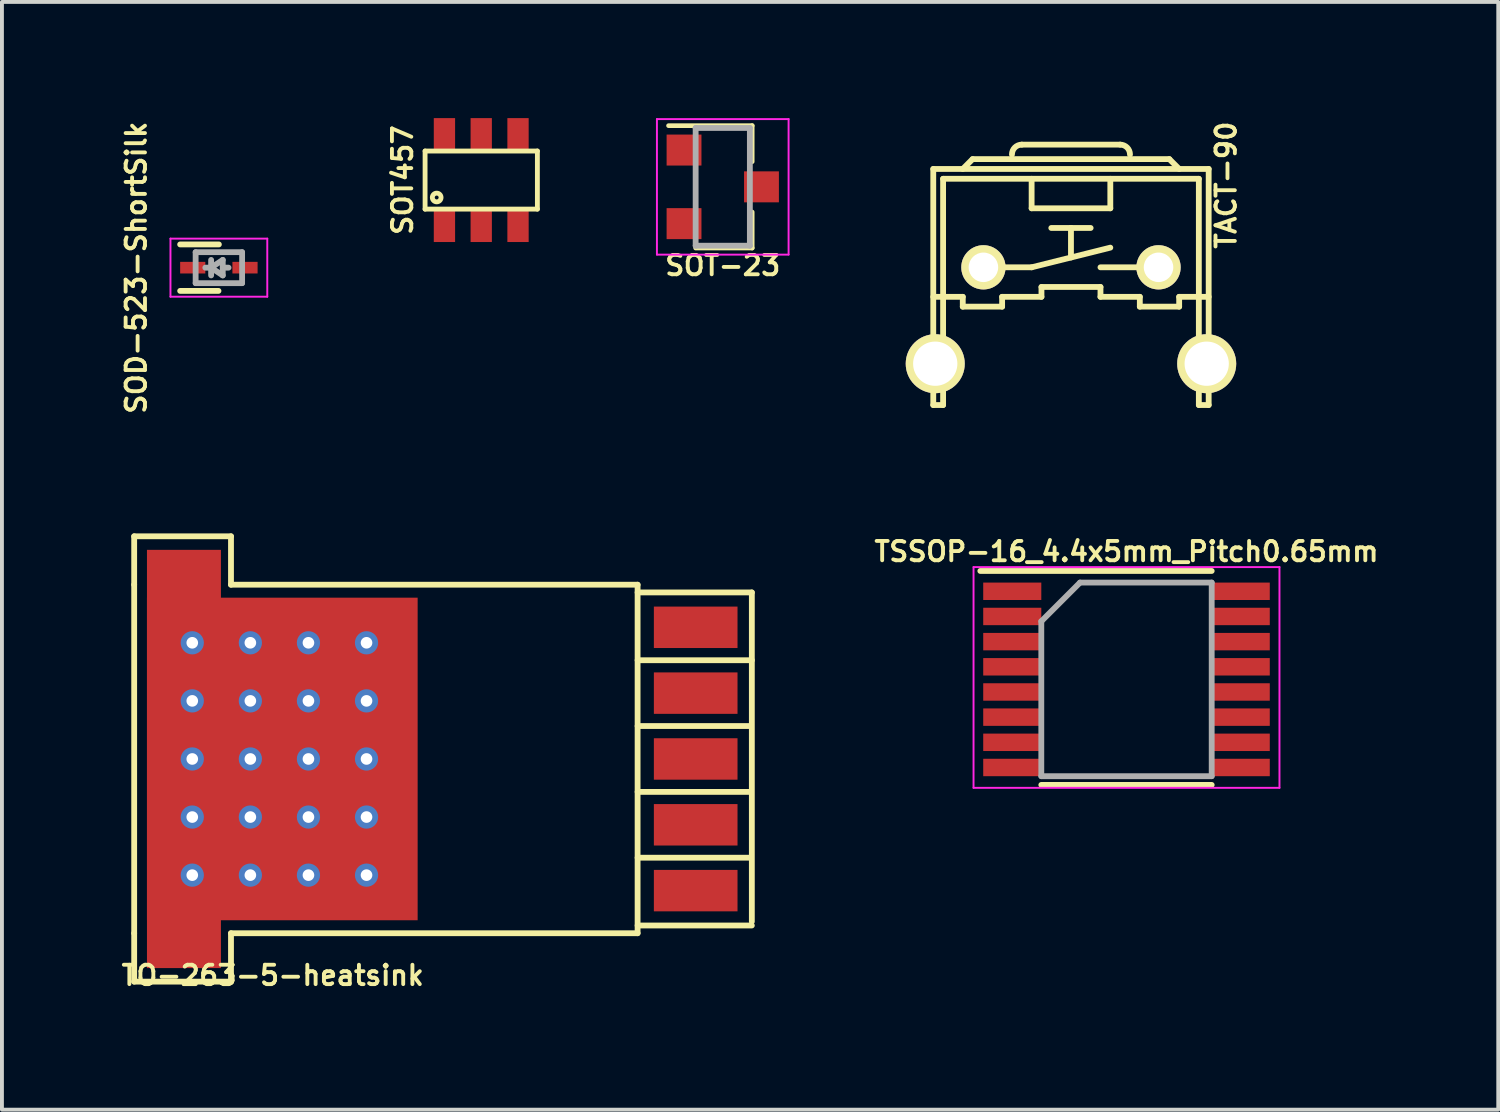
<source format=kicad_pcb>
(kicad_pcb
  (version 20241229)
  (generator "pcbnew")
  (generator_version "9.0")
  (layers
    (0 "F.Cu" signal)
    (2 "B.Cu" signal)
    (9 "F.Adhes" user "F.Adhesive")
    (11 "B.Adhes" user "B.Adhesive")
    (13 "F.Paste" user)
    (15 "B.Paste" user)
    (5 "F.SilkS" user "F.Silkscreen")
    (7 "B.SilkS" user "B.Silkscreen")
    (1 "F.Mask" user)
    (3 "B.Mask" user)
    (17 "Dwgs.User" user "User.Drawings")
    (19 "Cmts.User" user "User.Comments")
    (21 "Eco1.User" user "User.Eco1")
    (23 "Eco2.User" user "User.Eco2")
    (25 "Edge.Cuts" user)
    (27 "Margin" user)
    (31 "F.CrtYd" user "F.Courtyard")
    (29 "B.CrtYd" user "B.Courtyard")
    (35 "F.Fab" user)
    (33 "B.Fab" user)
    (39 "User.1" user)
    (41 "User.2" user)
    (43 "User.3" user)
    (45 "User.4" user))
  (footprint "TO-263-5-heatsink"
    (layer "F.Cu")
    (at 14.915 16.549)
    (property "Reference" "TO-263-5-heatsink" (at -10.922 5.588 180) (layer "F.SilkS") (effects (font (size 0.5 0.5) (thickness 0.1))))
    (attr smd)
    (fp_line (start -14.5 -5.75) (end -12 -5.75) (stroke (width 0.15) (type solid)) (layer "F.SilkS"))
    (fp_line (start -14.5 -4.5) (end -14.5 -5.75) (stroke (width 0.15) (type solid)) (layer "F.SilkS"))
    (fp_line (start -14.5 -4.5) (end -14.5 4.5) (stroke (width 0.15) (type solid)) (layer "F.SilkS"))
    (fp_line (start -14.5 4.5) (end -14.5 5.75) (stroke (width 0.15) (type solid)) (layer "F.SilkS"))
    (fp_line (start -14.5 5.75) (end -12 5.75) (stroke (width 0.15) (type solid)) (layer "F.SilkS"))
    (fp_line (start -12 -5.75) (end -12 -4.5) (stroke (width 0.15) (type solid)) (layer "F.SilkS"))
    (fp_line (start -12 -4.5) (end -1.5 -4.5) (stroke (width 0.15) (type solid)) (layer "F.SilkS"))
    (fp_line (start -12 5.75) (end -12 4.5) (stroke (width 0.15) (type solid)) (layer "F.SilkS"))
    (fp_line (start -1.5 -4.5) (end -1.5 4.5) (stroke (width 0.15) (type solid)) (layer "F.SilkS"))
    (fp_line (start -1.5 -4.3) (end 1.45 -4.3) (stroke (width 0.15) (type solid)) (layer "F.SilkS"))
    (fp_line (start -1.5 -2.55) (end 1.45 -2.55) (stroke (width 0.15) (type solid)) (layer "F.SilkS"))
    (fp_line (start -1.5 -0.85) (end 1.425 -0.85) (stroke (width 0.15) (type solid)) (layer "F.SilkS"))
    (fp_line (start -1.5 0.85) (end 1.425 0.85) (stroke (width 0.15) (type solid)) (layer "F.SilkS"))
    (fp_line (start -1.5 2.55) (end 1.425 2.55) (stroke (width 0.15) (type solid)) (layer "F.SilkS"))
    (fp_line (start -1.5 4.3) (end 1.45 4.3) (stroke (width 0.15) (type solid)) (layer "F.SilkS"))
    (fp_line (start -1.5 4.5) (end -12 4.5) (stroke (width 0.15) (type solid)) (layer "F.SilkS"))
    (fp_line (start 1.45 -4.3) (end 1.45 4.2) (stroke (width 0.15) (type solid)) (layer "F.SilkS"))
    (pad "1" smd rect (at 0 3.4) (size 2.16 1.07) (layers "F.Cu" "F.Mask" "F.Paste"))
    (pad "2" smd rect (at 0 1.7) (size 2.16 1.07) (layers "F.Cu" "F.Mask" "F.Paste"))
    (pad "3" smd rect (at -13.215 0) (size 1.91 10.8) (layers "F.Cu" "F.Mask" "F.Paste"))
    (pad "3" thru_hole circle (at -13 -3) (size 0.6 0.6) (drill 0.3) (layers "*.Cu" "F.Mask"))
    (pad "3" thru_hole circle (at -13 -1.5) (size 0.6 0.6) (drill 0.3) (layers "*.Cu" "F.Mask"))
    (pad "3" thru_hole circle (at -13 0) (size 0.6 0.6) (drill 0.3) (layers "*.Cu" "F.Mask"))
    (pad "3" thru_hole circle (at -13 1.5) (size 0.6 0.6) (drill 0.3) (layers "*.Cu" "F.Mask"))
    (pad "3" thru_hole circle (at -13 3) (size 0.6 0.6) (drill 0.3) (layers "*.Cu" "F.Mask"))
    (pad "3" thru_hole circle (at -11.5 -3) (size 0.6 0.6) (drill 0.3) (layers "*.Cu" "F.Mask"))
    (pad "3" thru_hole circle (at -11.5 -1.5) (size 0.6 0.6) (drill 0.3) (layers "*.Cu" "F.Mask"))
    (pad "3" thru_hole circle (at -11.5 0) (size 0.6 0.6) (drill 0.3) (layers "*.Cu" "F.Mask"))
    (pad "3" thru_hole circle (at -11.5 1.5) (size 0.6 0.6) (drill 0.3) (layers "*.Cu" "F.Mask"))
    (pad "3" thru_hole circle (at -11.5 3) (size 0.6 0.6) (drill 0.3) (layers "*.Cu" "F.Mask"))
    (pad "3" smd rect (at -10.675 0) (size 6.99 8.33) (layers "F.Cu" "F.Mask" "F.Paste"))
    (pad "3" thru_hole circle (at -10 -3) (size 0.6 0.6) (drill 0.3) (layers "*.Cu" "F.Mask"))
    (pad "3" thru_hole circle (at -10 -1.5) (size 0.6 0.6) (drill 0.3) (layers "*.Cu" "F.Mask"))
    (pad "3" thru_hole circle (at -10 0) (size 0.6 0.6) (drill 0.3) (layers "*.Cu" "F.Mask"))
    (pad "3" thru_hole circle (at -10 1.5) (size 0.6 0.6) (drill 0.3) (layers "*.Cu" "F.Mask"))
    (pad "3" thru_hole circle (at -10 3) (size 0.6 0.6) (drill 0.3) (layers "*.Cu" "F.Mask"))
    (pad "3" thru_hole circle (at -8.5 -3) (size 0.6 0.6) (drill 0.3) (layers "*.Cu" "F.Mask"))
    (pad "3" thru_hole circle (at -8.5 -1.5) (size 0.6 0.6) (drill 0.3) (layers "*.Cu" "F.Mask"))
    (pad "3" thru_hole circle (at -8.5 0) (size 0.6 0.6) (drill 0.3) (layers "*.Cu" "F.Mask"))
    (pad "3" thru_hole circle (at -8.5 1.5) (size 0.6 0.6) (drill 0.3) (layers "*.Cu" "F.Mask"))
    (pad "3" thru_hole circle (at -8.5 3) (size 0.6 0.6) (drill 0.3) (layers "*.Cu" "F.Mask"))
    (pad "3" smd rect (at 0 0) (size 2.16 1.07) (layers "F.Cu" "F.Mask" "F.Paste"))
    (pad "4" smd rect (at 0 -1.7) (size 2.16 1.07) (layers "F.Cu" "F.Mask" "F.Paste"))
    (pad "5" smd rect (at 0 -3.4) (size 2.16 1.07) (layers "F.Cu" "F.Mask" "F.Paste")))
  (footprint "SOT-23"
    (layer "F.Cu")
    (at 15.614 1.775)
    (property "Reference" "SOT-23" (at 0 2.032 0) (layer "F.SilkS") (effects (font (size 0.5 0.5) (thickness 0.1))))
    (attr smd)
    (fp_line (start 0.76 -1.58) (end -1.4 -1.58) (stroke (width 0.12) (type solid)) (layer "F.SilkS"))
    (fp_line (start 0.76 -1.58) (end 0.76 -0.65) (stroke (width 0.12) (type solid)) (layer "F.SilkS"))
    (fp_line (start 0.76 1.58) (end -0.7 1.58) (stroke (width 0.12) (type solid)) (layer "F.SilkS"))
    (fp_line (start 0.76 1.58) (end 0.76 0.65) (stroke (width 0.12) (type solid)) (layer "F.SilkS"))
    (fp_line (start -1.7 -1.75) (end 1.7 -1.75) (stroke (width 0.05) (type solid)) (layer "F.CrtYd"))
    (fp_line (start -1.7 1.75) (end -1.7 -1.75) (stroke (width 0.05) (type solid)) (layer "F.CrtYd"))
    (fp_line (start 1.7 -1.75) (end 1.7 1.75) (stroke (width 0.05) (type solid)) (layer "F.CrtYd"))
    (fp_line (start 1.7 1.75) (end -1.7 1.75) (stroke (width 0.05) (type solid)) (layer "F.CrtYd"))
    (fp_line (start -0.7 -1.52) (end -0.7 1.52) (stroke (width 0.15) (type solid)) (layer "F.Fab"))
    (fp_line (start -0.7 -1.52) (end 0.7 -1.52) (stroke (width 0.15) (type solid)) (layer "F.Fab"))
    (fp_line (start -0.7 1.52) (end 0.7 1.52) (stroke (width 0.15) (type solid)) (layer "F.Fab"))
    (fp_line (start 0.7 -1.52) (end 0.7 1.52) (stroke (width 0.15) (type solid)) (layer "F.Fab"))
    (pad "1" smd rect (at -1 -0.95) (size 0.9 0.8) (layers "F.Cu" "F.Mask" "F.Paste"))
    (pad "2" smd rect (at -1 0.95) (size 0.9 0.8) (layers "F.Cu" "F.Mask" "F.Paste"))
    (pad "3" smd rect (at 1 0) (size 0.9 0.8) (layers "F.Cu" "F.Mask" "F.Paste")))
  (footprint "SOD-523-ShortSilk"
    (layer "F.Cu")
    (at 2.602 3.862)
    (property "Reference" "SOD-523-ShortSilk" (at -2.134 0 90) (layer "F.SilkS") (effects (font (size 0.5 0.5) (thickness 0.1))))
    (attr smd)
    (fp_line (start -0.01 0.6) (end -1 0.6) (stroke (width 0.15) (type solid)) (layer "F.SilkS"))
    (fp_line (start 0.000199 -0.6) (end -1 -0.6) (stroke (width 0.15) (type solid)) (layer "F.SilkS"))
    (fp_line (start -1.25 -0.75) (end 1.25 -0.75) (stroke (width 0.05) (type solid)) (layer "F.CrtYd"))
    (fp_line (start -1.25 0.75) (end -1.25 -0.75) (stroke (width 0.05) (type solid)) (layer "F.CrtYd"))
    (fp_line (start 1.25 -0.75) (end 1.25 0.75) (stroke (width 0.05) (type solid)) (layer "F.CrtYd"))
    (fp_line (start 1.25 0.75) (end -1.25 0.75) (stroke (width 0.05) (type solid)) (layer "F.CrtYd"))
    (fp_line (start -0.6 -0.4) (end 0.6 -0.4) (stroke (width 0.15) (type solid)) (layer "F.Fab"))
    (fp_line (start -0.6 0.4) (end -0.6 -0.4) (stroke (width 0.15) (type solid)) (layer "F.Fab"))
    (fp_line (start -0.2 0) (end -0.35 0) (stroke (width 0.15) (type solid)) (layer "F.Fab"))
    (fp_line (start -0.2 0) (end 0.1 0.2) (stroke (width 0.15) (type solid)) (layer "F.Fab"))
    (fp_line (start -0.2 0.2) (end -0.2 -0.2) (stroke (width 0.15) (type solid)) (layer "F.Fab"))
    (fp_line (start 0.1 -0.2) (end -0.2 0) (stroke (width 0.15) (type solid)) (layer "F.Fab"))
    (fp_line (start 0.1 0) (end 0.25 0) (stroke (width 0.15) (type solid)) (layer "F.Fab"))
    (fp_line (start 0.1 0.2) (end 0.1 -0.2) (stroke (width 0.15) (type solid)) (layer "F.Fab"))
    (fp_line (start 0.6 -0.4) (end 0.6 0.4) (stroke (width 0.15) (type solid)) (layer "F.Fab"))
    (fp_line (start 0.6 0.4) (end -0.6 0.4) (stroke (width 0.15) (type solid)) (layer "F.Fab"))
    (pad "1" smd rect (at -0.675 0 180) (size 0.65 0.3) (layers "F.Cu" "F.Mask" "F.Paste"))
    (pad "2" smd rect (at 0.675 0 180) (size 0.65 0.3) (layers "F.Cu" "F.Mask" "F.Paste")))
  (footprint "TACT-90"
    (layer "F.Cu")
    (at 24.606 3.853)
    (property "Reference" "TACT-90" (at 4.006 -2.122 270) (layer "F.SilkS") (effects (font (size 0.5 0.5) (thickness 0.1))))
    (attr through_hole)
    (fp_line (start -3.556 -2.54) (end 3.556 -2.54) (stroke (width 0.15) (type solid)) (layer "F.SilkS"))
    (fp_line (start -3.556 0.762) (end -2.794 0.762) (stroke (width 0.15) (type solid)) (layer "F.SilkS"))
    (fp_line (start -3.556 3.556) (end -3.556 -2.54) (stroke (width 0.15) (type solid)) (layer "F.SilkS"))
    (fp_line (start -3.556 3.556) (end -3.302 3.556) (stroke (width 0.15) (type solid)) (layer "F.SilkS"))
    (fp_line (start -3.302 -2.286) (end 3.302 -2.286) (stroke (width 0.15) (type solid)) (layer "F.SilkS"))
    (fp_line (start -3.302 3.556) (end -3.302 -2.286) (stroke (width 0.15) (type solid)) (layer "F.SilkS"))
    (fp_line (start -2.794 -2.54) (end -2.54 -2.794) (stroke (width 0.15) (type solid)) (layer "F.SilkS"))
    (fp_line (start -2.794 0.762) (end -2.794 1.016) (stroke (width 0.15) (type solid)) (layer "F.SilkS"))
    (fp_line (start -2.794 1.016) (end -1.778 1.016) (stroke (width 0.15) (type solid)) (layer "F.SilkS"))
    (fp_line (start -2.54 -2.794) (end 2.54 -2.794) (stroke (width 0.15) (type solid)) (layer "F.SilkS"))
    (fp_line (start -1.778 0) (end -1.016 0) (stroke (width 0.15) (type solid)) (layer "F.SilkS"))
    (fp_line (start -1.778 0.762) (end -0.762 0.762) (stroke (width 0.15) (type solid)) (layer "F.SilkS"))
    (fp_line (start -1.778 1.016) (end -1.778 0.762) (stroke (width 0.15) (type solid)) (layer "F.SilkS"))
    (fp_line (start -1.27 -3.168) (end 1.27 -3.168) (stroke (width 0.15) (type solid)) (layer "F.SilkS"))
    (fp_line (start -1.016 -2.286) (end -1.016 -1.524) (stroke (width 0.15) (type solid)) (layer "F.SilkS"))
    (fp_line (start -1.016 -1.524) (end 1.016 -1.524) (stroke (width 0.15) (type solid)) (layer "F.SilkS"))
    (fp_line (start -1.016 0) (end 1.016 -0.508) (stroke (width 0.15) (type solid)) (layer "F.SilkS"))
    (fp_line (start -0.762 0.508) (end 0.762 0.508) (stroke (width 0.15) (type solid)) (layer "F.SilkS"))
    (fp_line (start -0.762 0.762) (end -0.762 0.508) (stroke (width 0.15) (type solid)) (layer "F.SilkS"))
    (fp_line (start 0 -1.016) (end -0.508 -1.016) (stroke (width 0.15) (type solid)) (layer "F.SilkS"))
    (fp_line (start 0 -1.016) (end 0.508 -1.016) (stroke (width 0.15) (type solid)) (layer "F.SilkS"))
    (fp_line (start 0 -0.254) (end 0 -1.016) (stroke (width 0.15) (type solid)) (layer "F.SilkS"))
    (fp_line (start 0.762 0) (end 1.778 0) (stroke (width 0.15) (type solid)) (layer "F.SilkS"))
    (fp_line (start 0.762 0.508) (end 0.762 0.762) (stroke (width 0.15) (type solid)) (layer "F.SilkS"))
    (fp_line (start 0.762 0.762) (end 1.778 0.762) (stroke (width 0.15) (type solid)) (layer "F.SilkS"))
    (fp_line (start 1.016 -1.524) (end 1.016 -2.286) (stroke (width 0.15) (type solid)) (layer "F.SilkS"))
    (fp_line (start 1.778 0.762) (end 1.778 1.016) (stroke (width 0.15) (type solid)) (layer "F.SilkS"))
    (fp_line (start 1.778 1.016) (end 2.794 1.016) (stroke (width 0.15) (type solid)) (layer "F.SilkS"))
    (fp_line (start 2.54 -2.794) (end 2.794 -2.54) (stroke (width 0.15) (type solid)) (layer "F.SilkS"))
    (fp_line (start 2.794 0.762) (end 3.556 0.762) (stroke (width 0.15) (type solid)) (layer "F.SilkS"))
    (fp_line (start 2.794 1.016) (end 2.794 0.762) (stroke (width 0.15) (type solid)) (layer "F.SilkS"))
    (fp_line (start 3.302 -2.286) (end 3.302 3.556) (stroke (width 0.15) (type solid)) (layer "F.SilkS"))
    (fp_line (start 3.302 3.556) (end 3.556 3.556) (stroke (width 0.15) (type solid)) (layer "F.SilkS"))
    (fp_line (start 3.556 -2.54) (end 3.556 3.556) (stroke (width 0.15) (type solid)) (layer "F.SilkS"))
    (fp_arc (start -1.524 -2.914) (mid -1.449605 -3.093605) (end -1.27 -3.168) (stroke (width 0.15) (type solid)) (layer "F.SilkS"))
    (fp_arc (start 1.27 -3.168) (mid 1.449605 -3.093605) (end 1.524 -2.914) (stroke (width 0.15) (type solid)) (layer "F.SilkS"))
    (pad "1" thru_hole circle (at -2.261 0) (size 1.143 1.143) (drill 0.762) (layers "*.Cu" "*.Mask" "F.SilkS"))
    (pad "2" thru_hole circle (at 2.261 0) (size 1.143 1.143) (drill 0.762) (layers "*.Cu" "*.Mask" "F.SilkS"))
    (pad "3" thru_hole circle (at -3.505 2.489) (size 1.524 1.524) (drill 1.143) (layers "*.Cu" "*.Mask" "F.SilkS"))
    (pad "4" thru_hole circle (at 3.505 2.489) (size 1.524 1.524) (drill 1.143) (layers "*.Cu" "*.Mask" "F.SilkS")))
  (footprint "SOT457"
    (layer "F.Cu")
    (at 9.377 1.6)
    (property "Reference" "SOT457" (at -2.032 0 90) (layer "F.SilkS") (effects (font (size 0.5 0.5) (thickness 0.1))))
    (attr smd)
    (fp_line (start -1.45 -0.75) (end 1.45 -0.75) (stroke (width 0.125) (type solid)) (layer "F.SilkS"))
    (fp_line (start -1.45 0.75) (end -1.45 -0.75) (stroke (width 0.125) (type solid)) (layer "F.SilkS"))
    (fp_line (start 1.45 -0.75) (end 1.45 0.75) (stroke (width 0.125) (type solid)) (layer "F.SilkS"))
    (fp_line (start 1.45 0.75) (end -1.45 0.75) (stroke (width 0.125) (type solid)) (layer "F.SilkS"))
    (fp_circle (center -1.15 0.45) (end -1.15 0.5) (stroke (width 0.125) (type solid)) (fill no) (layer "F.SilkS"))
    (pad "1" smd rect (at -0.95 1.2) (size 0.55 0.8) (layers "F.Cu" "F.Mask" "F.Paste"))
    (pad "2" smd rect (at 0 1.2) (size 0.55 0.8) (layers "F.Cu" "F.Mask" "F.Paste"))
    (pad "3" smd rect (at 0.95 1.2) (size 0.55 0.8) (layers "F.Cu" "F.Mask" "F.Paste"))
    (pad "4" smd rect (at 0.95 -1.2) (size 0.55 0.8) (layers "F.Cu" "F.Mask" "F.Paste"))
    (pad "5" smd rect (at 0 -1.2) (size 0.55 0.8) (layers "F.Cu" "F.Mask" "F.Paste"))
    (pad "6" smd rect (at -0.95 -1.2) (size 0.55 0.8) (layers "F.Cu" "F.Mask" "F.Paste")))
  (footprint "TSSOP-16_4.4x5mm_Pitch0.65mm"
    (layer "F.Cu")
    (at 26.04 14.494)
    (property "Reference" "TSSOP-16_4.4x5mm_Pitch0.65mm" (at 0 -3.302 0) (layer "F.SilkS") (effects (font (size 0.5 0.5) (thickness 0.1))))
    (attr smd)
    (fp_line (start -3.775 -2.8) (end 2.2 -2.8) (stroke (width 0.15) (type solid)) (layer "F.SilkS"))
    (fp_line (start -2.2 2.725) (end 2.2 2.725) (stroke (width 0.15) (type solid)) (layer "F.SilkS"))
    (fp_line (start -3.95 -2.9) (end -3.95 2.8) (stroke (width 0.05) (type solid)) (layer "F.CrtYd"))
    (fp_line (start -3.95 -2.9) (end 3.95 -2.9) (stroke (width 0.05) (type solid)) (layer "F.CrtYd"))
    (fp_line (start -3.95 2.8) (end 3.95 2.8) (stroke (width 0.05) (type solid)) (layer "F.CrtYd"))
    (fp_line (start 3.95 -2.9) (end 3.95 2.8) (stroke (width 0.05) (type solid)) (layer "F.CrtYd"))
    (fp_line (start -2.2 -1.5) (end -1.2 -2.5) (stroke (width 0.15) (type solid)) (layer "F.Fab"))
    (fp_line (start -2.2 2.5) (end -2.2 -1.5) (stroke (width 0.15) (type solid)) (layer "F.Fab"))
    (fp_line (start -1.2 -2.5) (end 2.2 -2.5) (stroke (width 0.15) (type solid)) (layer "F.Fab"))
    (fp_line (start 2.2 -2.5) (end 2.2 2.5) (stroke (width 0.15) (type solid)) (layer "F.Fab"))
    (fp_line (start 2.2 2.5) (end -2.2 2.5) (stroke (width 0.15) (type solid)) (layer "F.Fab"))
    (pad "1" smd rect (at -2.95 -2.275) (size 1.5 0.45) (layers "F.Cu" "F.Mask" "F.Paste"))
    (pad "2" smd rect (at -2.95 -1.625) (size 1.5 0.45) (layers "F.Cu" "F.Mask" "F.Paste"))
    (pad "3" smd rect (at -2.95 -0.975) (size 1.5 0.45) (layers "F.Cu" "F.Mask" "F.Paste"))
    (pad "4" smd rect (at -2.95 -0.325) (size 1.5 0.45) (layers "F.Cu" "F.Mask" "F.Paste"))
    (pad "5" smd rect (at -2.95 0.325) (size 1.5 0.45) (layers "F.Cu" "F.Mask" "F.Paste"))
    (pad "6" smd rect (at -2.95 0.975) (size 1.5 0.45) (layers "F.Cu" "F.Mask" "F.Paste"))
    (pad "7" smd rect (at -2.95 1.625) (size 1.5 0.45) (layers "F.Cu" "F.Mask" "F.Paste"))
    (pad "8" smd rect (at -2.95 2.275) (size 1.5 0.45) (layers "F.Cu" "F.Mask" "F.Paste"))
    (pad "9" smd rect (at 2.95 2.275) (size 1.5 0.45) (layers "F.Cu" "F.Mask" "F.Paste"))
    (pad "10" smd rect (at 2.95 1.625) (size 1.5 0.45) (layers "F.Cu" "F.Mask" "F.Paste"))
    (pad "11" smd rect (at 2.95 0.975) (size 1.5 0.45) (layers "F.Cu" "F.Mask" "F.Paste"))
    (pad "12" smd rect (at 2.95 0.325) (size 1.5 0.45) (layers "F.Cu" "F.Mask" "F.Paste"))
    (pad "13" smd rect (at 2.95 -0.325) (size 1.5 0.45) (layers "F.Cu" "F.Mask" "F.Paste"))
    (pad "14" smd rect (at 2.95 -0.975) (size 1.5 0.45) (layers "F.Cu" "F.Mask" "F.Paste"))
    (pad "15" smd rect (at 2.95 -1.625) (size 1.5 0.45) (layers "F.Cu" "F.Mask" "F.Paste"))
    (pad "16" smd rect (at 2.95 -2.275) (size 1.5 0.45) (layers "F.Cu" "F.Mask" "F.Paste")))
  (gr_rect
    (start -3 -3)
    (end 35.64 25.605)
    (stroke (width 0.1) (type default))
    (fill no)
    (layer "Edge.Cuts")))
</source>
